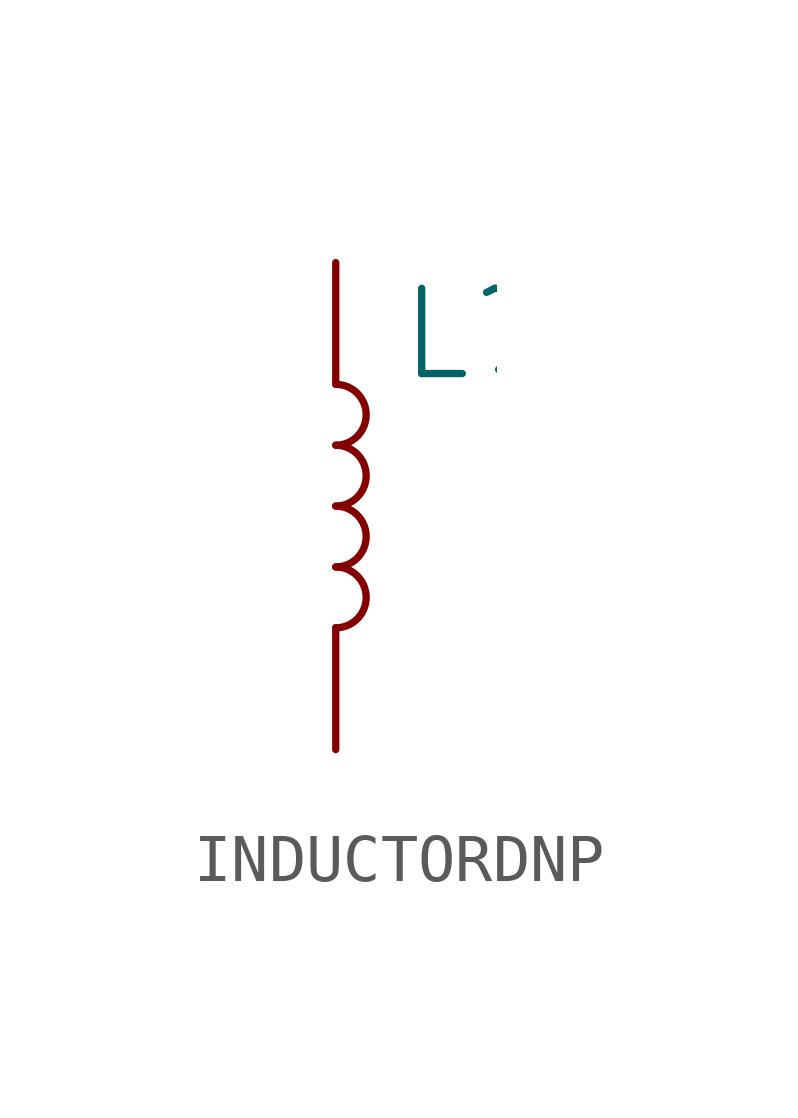
<source format=kicad_sym>
(kicad_symbol_lib
  (version 20231120)
  (generator "kicad_symbol_editor")
  (generator_version "8.0")
  (symbol "INDUCTORDNP"
    (property "Reference" "L"
      (at 1.27 2.54 0)
      (effects (font (size 1.778 1.778)) (justify left bottom)))
    (property "Value" ""
      (at 1.27 -2.54 0)
      (effects (font (size 1.778 1.778)) (justify left top)))
    (property "ki_locked" ""
      (at 0 0 0)
      (effects (font (size 1.27 1.27))))
    (symbol "INDUCTORDNP_1_0"
      (arc (start 0 -2.54) (mid 0.635 -1.905) (end 0 -1.27) (stroke (width 0.1524) (type solid)) (fill (type none)))
      (arc (start 0 -1.27) (mid 0.635 -0.635) (end 0 0) (stroke (width 0.1524) (type solid)) (fill (type none)))
      (arc (start 0 0) (mid 0.635 0.635) (end 0 1.27) (stroke (width 0.1524) (type solid)) (fill (type none)))
      (arc (start 0 1.27) (mid 0.635 1.905) (end 0 2.54) (stroke (width 0.1524) (type solid)) (fill (type none)))
      (pin passive line (at 0 5.08 270) (length 2.54) (name "1" (effects (font (size 0 0)))) (number "1" (effects (font (size 0 0)))))
      (pin passive line (at 0 -5.08 90) (length 2.54) (name "2" (effects (font (size 0 0)))) (number "2" (effects (font (size 0 0))))))))
</source>
